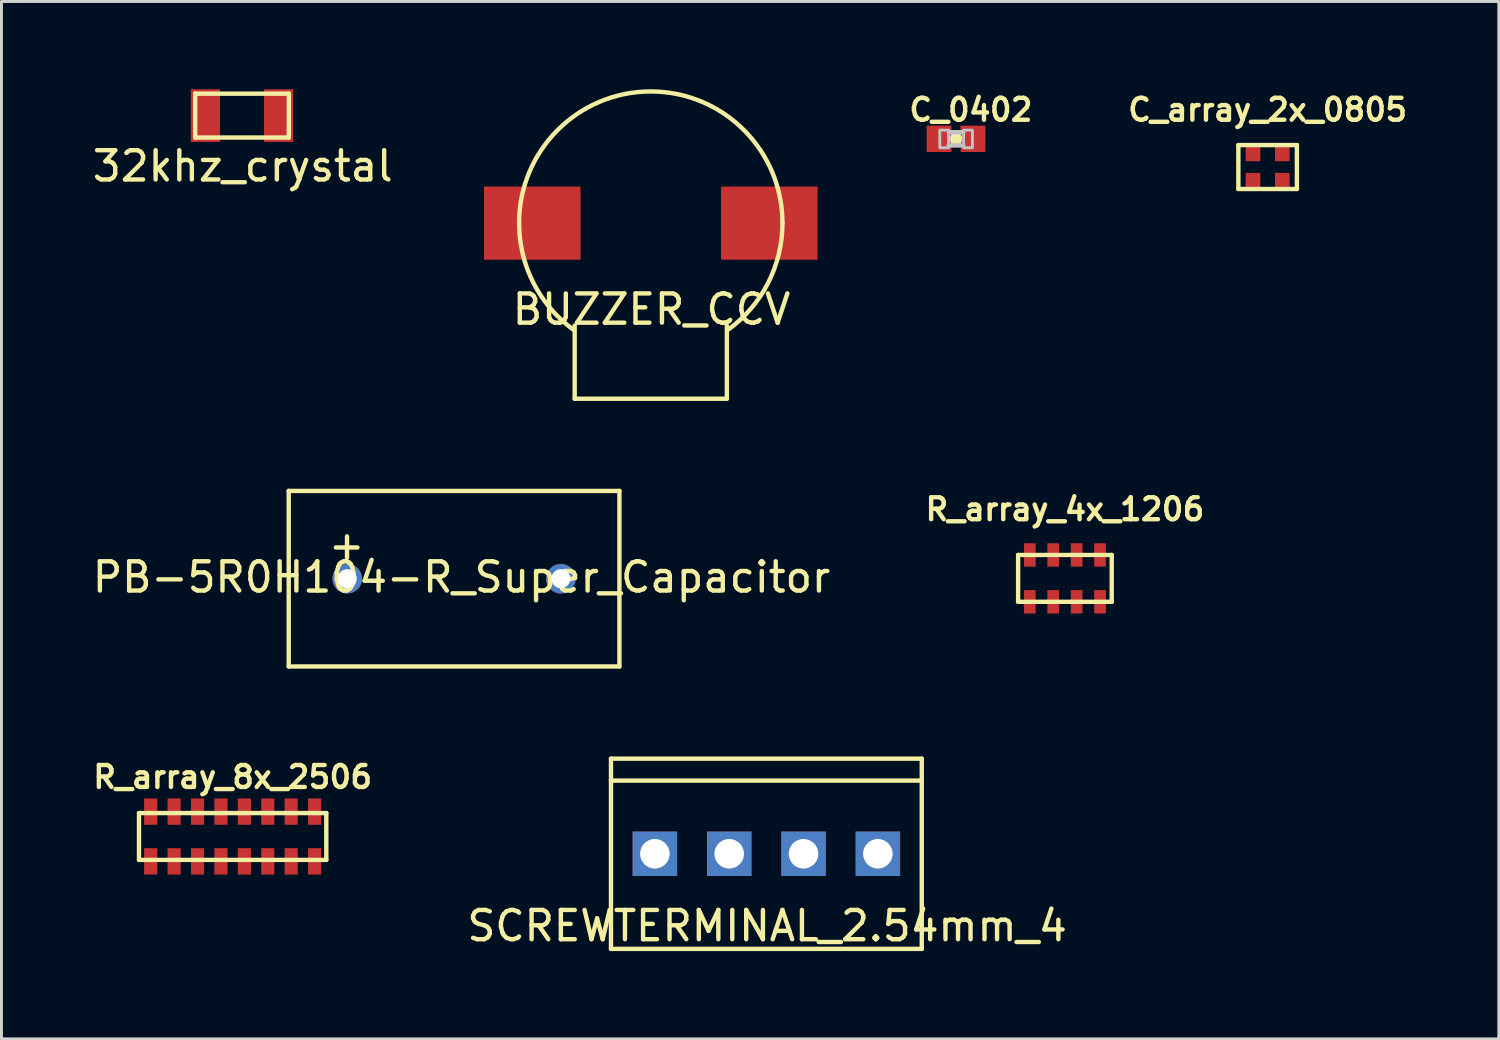
<source format=kicad_pcb>
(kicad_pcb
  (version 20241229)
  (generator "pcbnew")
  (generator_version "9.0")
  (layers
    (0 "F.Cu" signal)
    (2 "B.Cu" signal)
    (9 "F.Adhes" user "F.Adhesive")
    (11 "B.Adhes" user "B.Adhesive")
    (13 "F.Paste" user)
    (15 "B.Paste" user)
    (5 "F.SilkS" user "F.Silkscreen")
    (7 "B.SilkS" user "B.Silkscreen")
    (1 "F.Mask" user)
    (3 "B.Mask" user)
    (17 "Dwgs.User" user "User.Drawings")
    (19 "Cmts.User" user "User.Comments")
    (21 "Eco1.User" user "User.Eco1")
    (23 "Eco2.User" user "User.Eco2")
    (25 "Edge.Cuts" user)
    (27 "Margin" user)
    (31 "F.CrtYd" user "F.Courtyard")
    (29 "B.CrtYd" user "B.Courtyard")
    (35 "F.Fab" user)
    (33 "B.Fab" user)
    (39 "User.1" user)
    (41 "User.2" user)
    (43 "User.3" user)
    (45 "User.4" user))
  (footprint "BUZZER_CCV"
    (layer "F.Cu")
    (at 19.188 4.575)
    (property "Reference" "BUZZER_CCV" (at 0.025 2.946 0) (layer "F.SilkS") (effects (font (size 1 1) (thickness 0.15))))
    (attr through_hole)
    (fp_line (start -2.6 6) (end -2.6 3.5) (stroke (width 0.15) (type solid)) (layer "F.SilkS"))
    (fp_line (start -2.6 6) (end 2.6 6) (stroke (width 0.15) (type solid)) (layer "F.SilkS"))
    (fp_line (start 2.6 6) (end 2.6 3.5) (stroke (width 0.15) (type solid)) (layer "F.SilkS"))
    (fp_arc (start -4.5 0) (mid 0 -4.5) (end 4.5 0) (stroke (width 0.15) (type solid)) (layer "F.SilkS"))
    (fp_arc (start -2.645034 3.640576) (mid -4.009529 2.042957) (end -4.5 0) (stroke (width 0.15) (type solid)) (layer "F.SilkS"))
    (fp_arc (start 4.5 0) (mid 4.009529 2.042957) (end 2.645034 3.640576) (stroke (width 0.15) (type solid)) (layer "F.SilkS"))
    (pad "1" smd rect (at -4.05 0) (size 3.3 2.5) (layers "F.Cu" "F.Mask" "F.Paste"))
    (pad "2" smd rect (at 4.05 0) (size 3.3 2.5) (layers "F.Cu" "F.Mask" "F.Paste")))
  (footprint "R_array_8x_2506"
    (layer "F.Cu")
    (at 4.9 25.534)
    (property "Reference" "R_array_8x_2506" (at 0 -2.032 0) (layer "F.SilkS") (effects (font (size 0.75 0.75) (thickness 0.15))))
    (attr through_hole)
    (fp_line (start -3.2 -0.8) (end -3.2 0.8) (stroke (width 0.15) (type solid)) (layer "F.SilkS"))
    (fp_line (start -3.2 -0.8) (end 3.2 -0.8) (stroke (width 0.15) (type solid)) (layer "F.SilkS"))
    (fp_line (start -3.2 0.8) (end 3.2 0.8) (stroke (width 0.15) (type solid)) (layer "F.SilkS"))
    (fp_line (start 3.2 -0.8) (end 3.2 0.8) (stroke (width 0.15) (type solid)) (layer "F.SilkS"))
    (pad "1" smd rect (at -2.8 -0.85) (size 0.45 0.9) (layers "F.Cu" "F.Mask" "F.Paste"))
    (pad "2" smd rect (at -2.8 0.85) (size 0.45 0.9) (layers "F.Cu" "F.Mask" "F.Paste"))
    (pad "3" smd rect (at -2 -0.85) (size 0.45 0.9) (layers "F.Cu" "F.Mask" "F.Paste"))
    (pad "4" smd rect (at -2 0.85) (size 0.45 0.9) (layers "F.Cu" "F.Mask" "F.Paste"))
    (pad "5" smd rect (at -1.2 -0.85) (size 0.45 0.9) (layers "F.Cu" "F.Mask" "F.Paste"))
    (pad "6" smd rect (at -1.2 0.85) (size 0.45 0.9) (layers "F.Cu" "F.Mask" "F.Paste"))
    (pad "7" smd rect (at -0.4 -0.85) (size 0.45 0.9) (layers "F.Cu" "F.Mask" "F.Paste"))
    (pad "8" smd rect (at -0.4 0.85) (size 0.45 0.9) (layers "F.Cu" "F.Mask" "F.Paste"))
    (pad "9" smd rect (at 0.4 -0.85) (size 0.45 0.9) (layers "F.Cu" "F.Mask" "F.Paste"))
    (pad "10" smd rect (at 0.4 0.85) (size 0.45 0.9) (layers "F.Cu" "F.Mask" "F.Paste"))
    (pad "11" smd rect (at 1.2 -0.85) (size 0.45 0.9) (layers "F.Cu" "F.Mask" "F.Paste"))
    (pad "12" smd rect (at 1.2 0.85) (size 0.45 0.9) (layers "F.Cu" "F.Mask" "F.Paste"))
    (pad "13" smd rect (at 2 -0.85) (size 0.45 0.9) (layers "F.Cu" "F.Mask" "F.Paste"))
    (pad "14" smd rect (at 2 0.85) (size 0.45 0.9) (layers "F.Cu" "F.Mask" "F.Paste"))
    (pad "15" smd rect (at 2.8 -0.85) (size 0.45 0.9) (layers "F.Cu" "F.Mask" "F.Paste"))
    (pad "16" smd rect (at 2.8 0.85) (size 0.45 0.9) (layers "F.Cu" "F.Mask" "F.Paste")))
  (footprint "32khz_crystal"
    (layer "F.Cu")
    (at 5.219 0.9)
    (property "Reference" "32khz_crystal" (at 0.025 1.727 0) (layer "F.SilkS") (effects (font (size 1 1) (thickness 0.15))))
    (attr through_hole)
    (fp_line (start -1.6 -0.75) (end 1.6 -0.75) (stroke (width 0.15) (type solid)) (layer "F.SilkS"))
    (fp_line (start -1.6 0.75) (end -1.6 -0.75) (stroke (width 0.15) (type solid)) (layer "F.SilkS"))
    (fp_line (start -1.6 0.75) (end 1.6 0.75) (stroke (width 0.15) (type solid)) (layer "F.SilkS"))
    (fp_line (start 1.6 0.75) (end 1.6 -0.75) (stroke (width 0.15) (type solid)) (layer "F.SilkS"))
    (pad "1" smd rect (at -1.25 0) (size 1 1.8) (layers "F.Cu" "F.Mask" "F.Paste"))
    (pad "2" smd rect (at 1.25 0) (size 1 1.8) (layers "F.Cu" "F.Mask" "F.Paste")))
  (footprint "PB-5R0H104-R_Super_Capacitor"
    (layer "F.Cu")
    (at 12.466 16.725)
    (property "Reference" "PB-5R0H104-R_Super_Capacitor" (at 0.254 -0.051 0) (layer "F.SilkS") (effects (font (size 1 1) (thickness 0.15))))
    (attr through_hole)
    (fp_line (start -5.65 -3) (end 5.65 -3) (stroke (width 0.15) (type solid)) (layer "F.SilkS"))
    (fp_line (start -5.65 3) (end -5.65 -3) (stroke (width 0.15) (type solid)) (layer "F.SilkS"))
    (fp_line (start -4.039 -1.067) (end -3.302 -1.067) (stroke (width 0.15) (type solid)) (layer "F.SilkS"))
    (fp_line (start -3.658 -0.711) (end -3.658 -1.448) (stroke (width 0.15) (type solid)) (layer "F.SilkS"))
    (fp_line (start 5.65 -3) (end 5.65 3) (stroke (width 0.15) (type solid)) (layer "F.SilkS"))
    (fp_line (start 5.65 3) (end -5.65 3) (stroke (width 0.15) (type solid)) (layer "F.SilkS"))
    (pad "1" thru_hole circle (at -3.65 0) (size 1.01 1.01) (drill 0.65) (layers "*.Cu" "*.Mask"))
    (pad "2" thru_hole circle (at 3.65 0) (size 1.01 1.01) (drill 0.65) (layers "*.Cu" "*.Mask")))
  (footprint "SCREWTERMINAL_2.54mm_4"
    (layer "F.Cu")
    (at 23.138 26.125)
    (property "Reference" "SCREWTERMINAL_2.54mm_4" (at 0.025 2.464 0) (layer "F.SilkS") (effects (font (size 1 1) (thickness 0.15))))
    (attr through_hole)
    (fp_line (start -5.31 -3.25) (end -5.31 3.25) (stroke (width 0.15) (type solid)) (layer "F.SilkS"))
    (fp_line (start -5.31 -3.25) (end 5.31 -3.25) (stroke (width 0.15) (type solid)) (layer "F.SilkS"))
    (fp_line (start -5.31 -2.5) (end 5.31 -2.5) (stroke (width 0.15) (type solid)) (layer "F.SilkS"))
    (fp_line (start 5.31 -3.25) (end 5.31 3.25) (stroke (width 0.15) (type solid)) (layer "F.SilkS"))
    (fp_line (start 5.31 3.25) (end -5.31 3.25) (stroke (width 0.15) (type solid)) (layer "F.SilkS"))
    (pad "1" thru_hole rect (at -3.81 0) (size 1.52 1.52) (drill 1.01) (layers "*.Cu" "*.Mask"))
    (pad "2" thru_hole rect (at -1.27 0) (size 1.52 1.52) (drill 1.01) (layers "*.Cu" "*.Mask"))
    (pad "3" thru_hole rect (at 1.27 0) (size 1.52 1.52) (drill 1.01) (layers "*.Cu" "*.Mask"))
    (pad "4" thru_hole rect (at 3.81 0) (size 1.52 1.52) (drill 1.01) (layers "*.Cu" "*.Mask")))
  (footprint "C_0402"
    (layer "F.Cu")
    (at 29.619 1.693)
    (property "Reference" "C_0402" (at 0.508 -0.991 0) (layer "F.SilkS") (effects (font (size 0.75 0.75) (thickness 0.15))))
    (attr through_hole)
    (fp_line (start 0 -0.03) (end 0 0.03) (stroke (width 0.406) (type solid)) (layer "F.SilkS"))
    (fp_poly (pts (xy -0.2 0.3) (xy 0.2 0.3) (xy 0.2 -0.3) (xy -0.2 -0.3)) (stroke (width 0) (type solid)) (fill yes) (layer "F.Adhes"))
    (fp_line (start -0.245 -0.224) (end 0.245 -0.224) (stroke (width 0.152) (type solid)) (layer "Dwgs.User"))
    (fp_line (start 0.245 0.224) (end -0.245 0.224) (stroke (width 0.152) (type solid)) (layer "Dwgs.User"))
    (fp_poly (pts (xy -0.554 0.305) (xy -0.254 0.305) (xy -0.254 -0.295) (xy -0.554 -0.295)) (stroke (width 0.1) (type solid)) (fill no) (layer "Dwgs.User"))
    (fp_poly (pts (xy 0.259 0.305) (xy 0.559 0.305) (xy 0.559 -0.295) (xy 0.259 -0.295)) (stroke (width 0.1) (type solid)) (fill no) (layer "Dwgs.User"))
    (pad "1" smd rect (at -0.58 0) (size 0.85 0.9) (layers "F.Cu" "F.Mask" "F.Paste"))
    (pad "2" smd rect (at 0.58 0) (size 0.85 0.9) (layers "F.Cu" "F.Mask" "F.Paste")))
  (footprint "C_array_2x_0805"
    (layer "F.Cu")
    (at 40.267 2.658)
    (property "Reference" "C_array_2x_0805" (at 0 -1.956 0) (layer "F.SilkS") (effects (font (size 0.75 0.75) (thickness 0.15))))
    (attr through_hole)
    (fp_line (start -1 -0.75) (end -1 0.75) (stroke (width 0.15) (type solid)) (layer "F.SilkS"))
    (fp_line (start -1 -0.75) (end 1 -0.75) (stroke (width 0.15) (type solid)) (layer "F.SilkS"))
    (fp_line (start 1 -0.75) (end 1 0.75) (stroke (width 0.15) (type solid)) (layer "F.SilkS"))
    (fp_line (start 1 0.75) (end -1 0.75) (stroke (width 0.15) (type solid)) (layer "F.SilkS"))
    (pad "1" smd rect (at -0.5 -0.5) (size 0.5 0.6) (layers "F.Cu" "F.Mask" "F.Paste"))
    (pad "2" smd rect (at -0.5 0.5) (size 0.5 0.6) (layers "F.Cu" "F.Mask" "F.Paste"))
    (pad "3" smd rect (at 0.5 -0.5) (size 0.5 0.6) (layers "F.Cu" "F.Mask" "F.Paste"))
    (pad "4" smd rect (at 0.5 0.5) (size 0.5 0.6) (layers "F.Cu" "F.Mask" "F.Paste")))
  (footprint "R_array_4x_1206"
    (layer "F.Cu")
    (at 33.34 16.714)
    (property "Reference" "R_array_4x_1206" (at 0 -2.362 0) (layer "F.SilkS") (effects (font (size 0.75 0.75) (thickness 0.15))))
    (attr through_hole)
    (fp_line (start -1.6 -0.8) (end -1.6 0.8) (stroke (width 0.15) (type solid)) (layer "F.SilkS"))
    (fp_line (start -1.6 -0.8) (end 1.6 -0.8) (stroke (width 0.15) (type solid)) (layer "F.SilkS"))
    (fp_line (start -1.6 0.8) (end 1.6 0.8) (stroke (width 0.15) (type solid)) (layer "F.SilkS"))
    (fp_line (start 1.6 -0.8) (end 1.6 0.8) (stroke (width 0.15) (type solid)) (layer "F.SilkS"))
    (pad "1" smd rect (at -1.2 -0.8) (size 0.4 0.8) (layers "F.Cu" "F.Mask" "F.Paste"))
    (pad "2" smd rect (at -1.2 0.8) (size 0.4 0.8) (layers "F.Cu" "F.Mask" "F.Paste"))
    (pad "3" smd rect (at -0.4 -0.8) (size 0.4 0.8) (layers "F.Cu" "F.Mask" "F.Paste"))
    (pad "4" smd rect (at -0.4 0.8) (size 0.4 0.8) (layers "F.Cu" "F.Mask" "F.Paste"))
    (pad "5" smd rect (at 0.4 -0.8) (size 0.4 0.8) (layers "F.Cu" "F.Mask" "F.Paste"))
    (pad "6" smd rect (at 0.4 0.8) (size 0.4 0.8) (layers "F.Cu" "F.Mask" "F.Paste"))
    (pad "7" smd rect (at 1.2 -0.8) (size 0.4 0.8) (layers "F.Cu" "F.Mask" "F.Paste"))
    (pad "8" smd rect (at 1.2 0.8) (size 0.4 0.8) (layers "F.Cu" "F.Mask" "F.Paste")))
  (gr_rect
    (start -3 -3)
    (end 48.167 32.45)
    (stroke (width 0.1) (type default))
    (fill no)
    (layer "Edge.Cuts")))
</source>
